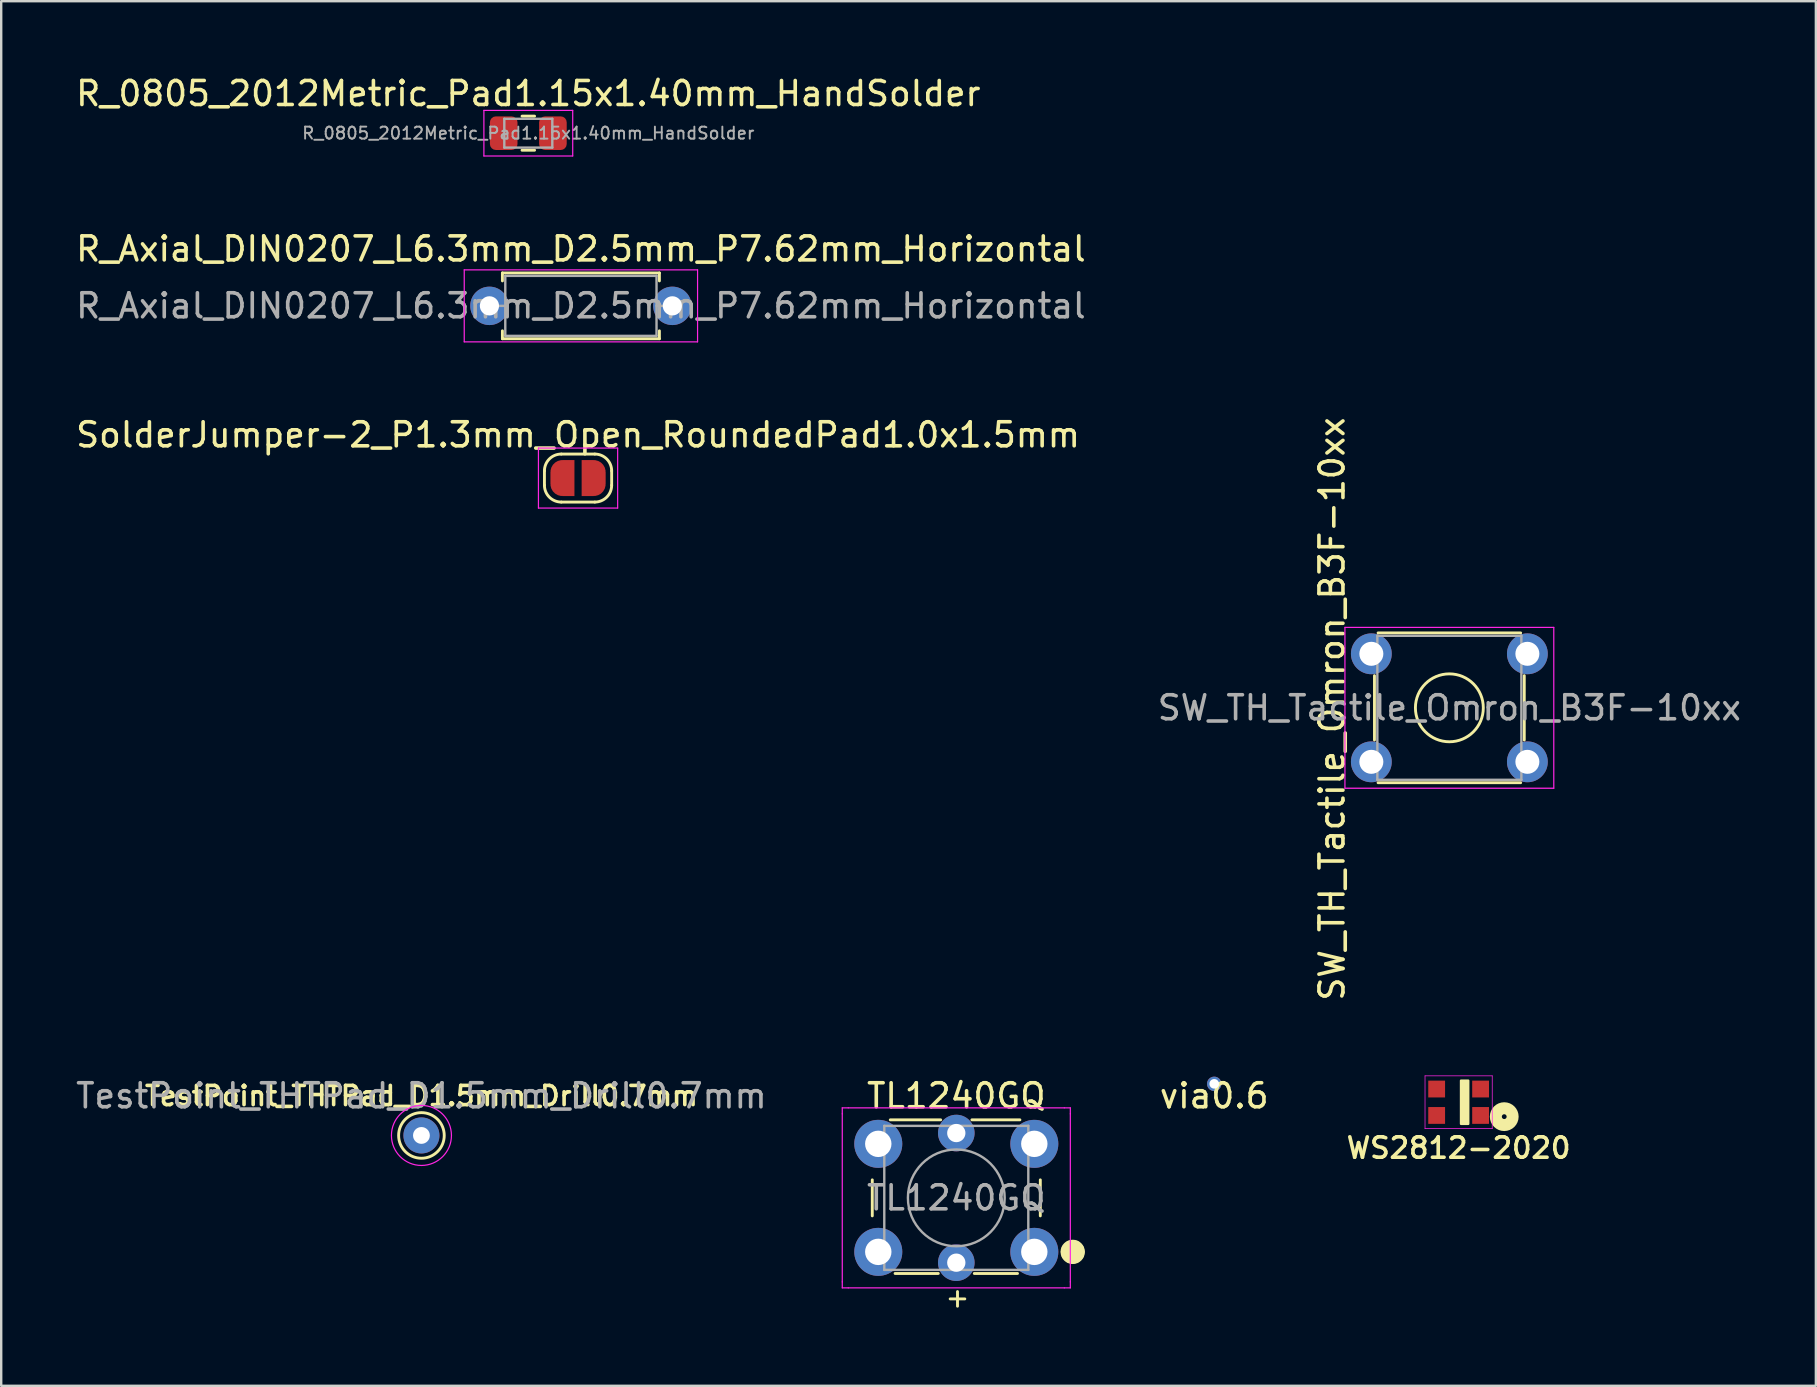
<source format=kicad_pcb>
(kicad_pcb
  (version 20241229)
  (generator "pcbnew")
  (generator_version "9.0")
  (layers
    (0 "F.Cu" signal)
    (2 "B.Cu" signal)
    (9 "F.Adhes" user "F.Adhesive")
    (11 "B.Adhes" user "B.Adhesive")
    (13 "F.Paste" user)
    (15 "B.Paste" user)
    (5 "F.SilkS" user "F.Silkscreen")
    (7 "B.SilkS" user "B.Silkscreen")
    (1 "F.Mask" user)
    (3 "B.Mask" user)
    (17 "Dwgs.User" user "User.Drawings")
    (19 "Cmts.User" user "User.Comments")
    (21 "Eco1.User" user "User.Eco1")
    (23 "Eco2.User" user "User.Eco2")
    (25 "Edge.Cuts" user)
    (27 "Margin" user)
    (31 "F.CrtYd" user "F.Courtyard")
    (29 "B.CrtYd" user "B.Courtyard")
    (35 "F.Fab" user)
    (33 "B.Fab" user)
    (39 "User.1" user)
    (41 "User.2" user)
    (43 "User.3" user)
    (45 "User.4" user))
  (footprint "via0.6"
    (layer "F.Cu")
    (at 47.531 42.1)
    (property "Reference" "via0.6" (at 0 0.5 0) (layer "F.SilkS") (effects (font (size 1 1) (thickness 0.15))))
    (attr through_hole)
    (pad "1" thru_hole circle (at 0 0) (size 0.6 0.6) (drill 0.4) (layers "*.Cu")))
  (footprint "TestPoint_THTPad_D1.5mm_Drill0.7mm"
    (layer "F.Cu")
    (at 14.506 44.25)
    (property "Reference" "TestPoint_THTPad_D1.5mm_Drill0.7mm" (at 0 -1.648 0) (layer "F.SilkS") (effects (font (size 0.8 0.8) (thickness 0.15))))
    (attr exclude_from_pos_files exclude_from_bom)
    (fp_circle (center 0 0) (end 0 0.95) (stroke (width 0.12) (type solid)) (fill no) (layer "F.SilkS"))
    (fp_circle (center 0 0) (end 1.25 0) (stroke (width 0.05) (type solid)) (fill no) (layer "F.CrtYd"))
    (fp_text user "${REFERENCE}" (at 0 -1.65 0) (layer "F.Fab") (effects (font (size 1 1) (thickness 0.15))))
    (pad "1" thru_hole circle (at 0 0) (size 1.5 1.5) (drill 0.7) (layers "*.Cu" "*.Mask")))
  (footprint "TL1240GQ"
    (layer "F.Cu")
    (at 33.537 44.6)
    (property "Reference" "TL1240GQ" (at 3.25 -2 0) (layer "F.SilkS") (effects (font (size 1 1) (thickness 0.15))))
    (attr through_hole)
    (fp_line (start -0.25 1.5) (end -0.25 3) (stroke (width 0.12) (type solid)) (layer "F.SilkS"))
    (fp_line (start 0.7 5.4) (end 2.5 5.4) (stroke (width 0.12) (type solid)) (layer "F.SilkS"))
    (fp_line (start 2.6 -1) (end 0.5 -1) (stroke (width 0.12) (type solid)) (layer "F.SilkS"))
    (fp_line (start 4 5.4) (end 5.8 5.4) (stroke (width 0.12) (type solid)) (layer "F.SilkS"))
    (fp_line (start 5.9 -1) (end 3.9 -1) (stroke (width 0.12) (type solid)) (layer "F.SilkS"))
    (fp_line (start 6.75 3) (end 6.75 1.5) (stroke (width 0.12) (type solid)) (layer "F.SilkS"))
    (fp_circle (center 8.1 4.5) (end 8.547 4.5) (stroke (width 0.12) (type solid)) (fill no) (layer "F.SilkS"))
    (fp_poly (pts (xy 8.1 4.053) (xy 8.3 4.1) (xy 8.4 4.2) (xy 8.5 4.3) (xy 8.547 4.5) (xy 8.5 4.7) (xy 8.3 4.9) (xy 8.1 4.947) (xy 7.9 4.9) (xy 7.7 4.7) (xy 7.653 4.5) (xy 7.7 4.3) (xy 7.9 4.1)) (stroke (width 0.1) (type solid)) (fill yes) (layer "F.SilkS"))
    (fp_line (start -1.5 -1.5) (end -1.25 -1.5) (stroke (width 0.05) (type solid)) (layer "F.CrtYd"))
    (fp_line (start -1.5 -1.25) (end -1.5 -1.5) (stroke (width 0.05) (type solid)) (layer "F.CrtYd"))
    (fp_line (start -1.5 5.75) (end -1.5 -1.25) (stroke (width 0.05) (type solid)) (layer "F.CrtYd"))
    (fp_line (start -1.5 5.75) (end -1.5 6) (stroke (width 0.05) (type solid)) (layer "F.CrtYd"))
    (fp_line (start -1.5 6) (end -1.25 6) (stroke (width 0.05) (type solid)) (layer "F.CrtYd"))
    (fp_line (start -1.25 -1.5) (end 7.75 -1.5) (stroke (width 0.05) (type solid)) (layer "F.CrtYd"))
    (fp_line (start 7.75 -1.5) (end 8 -1.5) (stroke (width 0.05) (type solid)) (layer "F.CrtYd"))
    (fp_line (start 7.75 6) (end -1.25 6) (stroke (width 0.05) (type solid)) (layer "F.CrtYd"))
    (fp_line (start 7.75 6) (end 8 6) (stroke (width 0.05) (type solid)) (layer "F.CrtYd"))
    (fp_line (start 8 -1.5) (end 8 -1.25) (stroke (width 0.05) (type solid)) (layer "F.CrtYd"))
    (fp_line (start 8 -1.25) (end 8 5.75) (stroke (width 0.05) (type solid)) (layer "F.CrtYd"))
    (fp_line (start 8 6) (end 8 5.75) (stroke (width 0.05) (type solid)) (layer "F.CrtYd"))
    (fp_line (start 0.25 -0.75) (end 3.25 -0.75) (stroke (width 0.1) (type solid)) (layer "F.Fab"))
    (fp_line (start 0.25 5.25) (end 0.25 -0.75) (stroke (width 0.1) (type solid)) (layer "F.Fab"))
    (fp_line (start 3.25 -0.75) (end 6.25 -0.75) (stroke (width 0.1) (type solid)) (layer "F.Fab"))
    (fp_line (start 6.25 -0.75) (end 6.25 5.25) (stroke (width 0.1) (type solid)) (layer "F.Fab"))
    (fp_line (start 6.25 5.25) (end 0.25 5.25) (stroke (width 0.1) (type solid)) (layer "F.Fab"))
    (fp_circle (center 3.25 2.25) (end 1.25 2.5) (stroke (width 0.1) (type solid)) (fill no) (layer "F.Fab"))
    (fp_text user "+" (at 3.3 6.4 0) (layer "F.SilkS") (effects (font (size 0.8 0.8) (thickness 0.12))))
    (fp_text user "${REFERENCE}" (at 3.25 2.25 0) (layer "F.Fab") (effects (font (size 1 1) (thickness 0.15))))
    (pad "1" thru_hole circle (at 0 4.5 90) (size 2 2) (drill 1.1) (layers "*.Cu" "*.Mask"))
    (pad "1" thru_hole circle (at 6.5 4.5 90) (size 2 2) (drill 1.1) (layers "*.Cu" "*.Mask"))
    (pad "2" thru_hole circle (at 0 0 90) (size 2 2) (drill 1.1) (layers "*.Cu" "*.Mask"))
    (pad "2" thru_hole circle (at 6.5 0 90) (size 2 2) (drill 1.1) (layers "*.Cu" "*.Mask"))
    (pad "5" thru_hole circle (at 3.25 4.95) (size 1.524 1.524) (drill 0.762) (layers "*.Cu" "*.Mask"))
    (pad "6" thru_hole circle (at 3.25 -0.45) (size 1.524 1.524) (drill 0.762) (layers "*.Cu" "*.Mask")))
  (footprint "SolderJumper-2_P1.3mm_Open_RoundedPad1.0x1.5mm"
    (layer "F.Cu")
    (at 21.03 16.865)
    (property "Reference" "SolderJumper-2_P1.3mm_Open_RoundedPad1.0x1.5mm" (at 0 -1.8 0) (layer "F.SilkS") (effects (font (size 1 1) (thickness 0.15))))
    (attr exclude_from_pos_files exclude_from_bom)
    (fp_line (start -1.4 0.3) (end -1.4 -0.3) (stroke (width 0.12) (type solid)) (layer "F.SilkS"))
    (fp_line (start -0.7 -1) (end 0.7 -1) (stroke (width 0.12) (type solid)) (layer "F.SilkS"))
    (fp_line (start 0.7 1) (end -0.7 1) (stroke (width 0.12) (type solid)) (layer "F.SilkS"))
    (fp_line (start 1.4 -0.3) (end 1.4 0.3) (stroke (width 0.12) (type solid)) (layer "F.SilkS"))
    (fp_arc (start -1.4 -0.3) (mid -1.194975 -0.794975) (end -0.7 -1) (stroke (width 0.12) (type solid)) (layer "F.SilkS"))
    (fp_arc (start -0.7 1) (mid -1.194975 0.794975) (end -1.4 0.3) (stroke (width 0.12) (type solid)) (layer "F.SilkS"))
    (fp_arc (start 0.7 -1) (mid 1.194975 -0.794975) (end 1.4 -0.3) (stroke (width 0.12) (type solid)) (layer "F.SilkS"))
    (fp_arc (start 1.4 0.3) (mid 1.194975 0.794975) (end 0.7 1) (stroke (width 0.12) (type solid)) (layer "F.SilkS"))
    (fp_line (start -1.65 -1.25) (end -1.65 1.25) (stroke (width 0.05) (type solid)) (layer "F.CrtYd"))
    (fp_line (start -1.65 -1.25) (end 1.65 -1.25) (stroke (width 0.05) (type solid)) (layer "F.CrtYd"))
    (fp_line (start 1.65 1.25) (end -1.65 1.25) (stroke (width 0.05) (type solid)) (layer "F.CrtYd"))
    (fp_line (start 1.65 1.25) (end 1.65 -1.25) (stroke (width 0.05) (type solid)) (layer "F.CrtYd"))
    (pad "1" smd custom (at -0.65 0) (size 1 0.5) (layers "F.Cu" "F.Mask") (options (anchor rect)) (primitives (gr_circle (center 0 0.25) (end 0.5 0.25) (width 0) (fill yes)) (gr_circle (center 0 -0.25) (end 0.5 -0.25) (width 0) (fill yes)) (gr_poly (pts (xy 0.5 0.75) (xy 0 0.75) (xy 0 -0.75) (xy 0.5 -0.75)) (width 0) (fill yes))))
    (pad "2" smd custom (at 0.65 0) (size 1 0.5) (layers "F.Cu" "F.Mask") (options (anchor rect)) (primitives (gr_circle (center 0 0.25) (end 0.5 0.25) (width 0) (fill yes)) (gr_circle (center 0 -0.25) (end 0.5 -0.25) (width 0) (fill yes)) (gr_poly (pts (xy 0 0.75) (xy -0.5 0.75) (xy -0.5 -0.75) (xy 0 -0.75)) (width 0) (fill yes)))))
  (footprint "WS2812-2020"
    (layer "F.Cu")
    (at 57.713 42.867)
    (property "Reference" "WS2812-2020" (at 0 1.905 0) (layer "F.SilkS") (effects (font (size 0.85 0.85) (thickness 0.15))))
    (attr smd)
    (fp_circle (center 1.9 0.6) (end 2 0.6) (stroke (width 0.5) (type solid)) (fill no) (layer "F.SilkS"))
    (fp_poly (pts (xy 0.4 0.9) (xy 0.1 0.9) (xy 0.1 -0.9) (xy 0.4 -0.9)) (stroke (width 0.1) (type solid)) (fill yes) (layer "F.SilkS"))
    (fp_line (start -1.4 -1.1) (end 1.4 -1.1) (stroke (width 0.03) (type solid)) (layer "F.CrtYd"))
    (fp_line (start -1.4 1.1) (end -1.4 -1.1) (stroke (width 0.03) (type solid)) (layer "F.CrtYd"))
    (fp_line (start 1.4 -1.1) (end 1.4 1.1) (stroke (width 0.03) (type solid)) (layer "F.CrtYd"))
    (fp_line (start 1.4 1.1) (end -1.4 1.1) (stroke (width 0.03) (type solid)) (layer "F.CrtYd"))
    (pad "1" smd rect (at 0.915 0.55) (size 0.7 0.7) (layers "F.Cu" "F.Mask" "F.Paste"))
    (pad "2" smd rect (at 0.915 -0.55) (size 0.7 0.7) (layers "F.Cu" "F.Mask" "F.Paste"))
    (pad "3" smd rect (at -0.915 -0.55) (size 0.7 0.7) (layers "F.Cu" "F.Mask" "F.Paste"))
    (pad "4" smd rect (at -0.915 0.55) (size 0.7 0.7) (layers "F.Cu" "F.Mask" "F.Paste")))
  (footprint "R_0805_2012Metric_Pad1.15x1.40mm_HandSolder"
    (layer "F.Cu")
    (at 18.958 2.498)
    (property "Reference" "R_0805_2012Metric_Pad1.15x1.40mm_HandSolder" (at 0 -1.65 180) (layer "F.SilkS") (effects (font (size 1 1) (thickness 0.15))))
    (attr smd)
    (fp_line (start -0.261 -0.71) (end 0.261 -0.71) (stroke (width 0.12) (type solid)) (layer "F.SilkS"))
    (fp_line (start -0.261 0.71) (end 0.261 0.71) (stroke (width 0.12) (type solid)) (layer "F.SilkS"))
    (fp_line (start -1.85 -0.95) (end 1.85 -0.95) (stroke (width 0.05) (type solid)) (layer "F.CrtYd"))
    (fp_line (start -1.85 0.95) (end -1.85 -0.95) (stroke (width 0.05) (type solid)) (layer "F.CrtYd"))
    (fp_line (start 1.85 -0.95) (end 1.85 0.95) (stroke (width 0.05) (type solid)) (layer "F.CrtYd"))
    (fp_line (start 1.85 0.95) (end -1.85 0.95) (stroke (width 0.05) (type solid)) (layer "F.CrtYd"))
    (fp_line (start -1 -0.6) (end 1 -0.6) (stroke (width 0.1) (type solid)) (layer "F.Fab"))
    (fp_line (start -1 0.6) (end -1 -0.6) (stroke (width 0.1) (type solid)) (layer "F.Fab"))
    (fp_line (start 1 -0.6) (end 1 0.6) (stroke (width 0.1) (type solid)) (layer "F.Fab"))
    (fp_line (start 1 0.6) (end -1 0.6) (stroke (width 0.1) (type solid)) (layer "F.Fab"))
    (fp_text user "${REFERENCE}" (at 0 0 180) (layer "F.Fab") (effects (font (size 0.5 0.5) (thickness 0.08))))
    (pad "1" smd roundrect (at -1.025 0) (size 1.15 1.4) (layers "F.Cu" "F.Mask" "F.Paste") (roundrect_rratio 0.217))
    (pad "2" smd roundrect (at 1.025 0) (size 1.15 1.4) (layers "F.Cu" "F.Mask" "F.Paste") (roundrect_rratio 0.217)))
  (footprint "SW_TH_Tactile_Omron_B3F-10xx"
    (layer "F.Cu")
    (at 54.077 24.186)
    (property "Reference" "SW_TH_Tactile_Omron_B3F-10xx" (at -1.638 2.299 270) (layer "F.SilkS") (effects (font (size 1 1) (thickness 0.15))))
    (attr through_hole)
    (fp_line (start 0.13 3.59) (end 0.13 0.91) (stroke (width 0.12) (type solid)) (layer "F.SilkS"))
    (fp_line (start 0.28 -0.87) (end 6.22 -0.87) (stroke (width 0.12) (type solid)) (layer "F.SilkS"))
    (fp_line (start 0.28 5.37) (end 6.22 5.37) (stroke (width 0.12) (type solid)) (layer "F.SilkS"))
    (fp_line (start 6.37 0.91) (end 6.37 3.59) (stroke (width 0.12) (type solid)) (layer "F.SilkS"))
    (fp_circle (center 3.25 2.25) (end 4.25 3.25) (stroke (width 0.12) (type solid)) (fill no) (layer "F.SilkS"))
    (fp_line (start -1.1 -1.1) (end -1.1 5.6) (stroke (width 0.05) (type solid)) (layer "F.CrtYd"))
    (fp_line (start -1.1 -1.1) (end 7.6 -1.1) (stroke (width 0.05) (type solid)) (layer "F.CrtYd"))
    (fp_line (start -1.1 5.6) (end 7.6 5.6) (stroke (width 0.05) (type solid)) (layer "F.CrtYd"))
    (fp_line (start 7.6 5.6) (end 7.6 -1.1) (stroke (width 0.05) (type solid)) (layer "F.CrtYd"))
    (fp_line (start 0.25 -0.75) (end 0.25 5.25) (stroke (width 0.1) (type solid)) (layer "F.Fab"))
    (fp_line (start 0.25 -0.75) (end 6.25 -0.75) (stroke (width 0.1) (type solid)) (layer "F.Fab"))
    (fp_line (start 0.25 5.25) (end 6.25 5.25) (stroke (width 0.1) (type solid)) (layer "F.Fab"))
    (fp_line (start 6.25 -0.75) (end 6.25 5.25) (stroke (width 0.1) (type solid)) (layer "F.Fab"))
    (fp_text user "${REFERENCE}" (at 3.25 2.25 180) (layer "F.Fab") (effects (font (size 1 1) (thickness 0.15))))
    (pad "1" thru_hole circle (at 0 0) (size 1.7 1.7) (drill 1) (layers "*.Cu" "*.Mask"))
    (pad "2" thru_hole circle (at 6.5 0) (size 1.7 1.7) (drill 1) (layers "*.Cu" "*.Mask"))
    (pad "3" thru_hole circle (at 0 4.5) (size 1.7 1.7) (drill 1) (layers "*.Cu" "*.Mask"))
    (pad "4" thru_hole circle (at 6.5 4.5) (size 1.7 1.7) (drill 1) (layers "*.Cu" "*.Mask")))
  (footprint "R_Axial_DIN0207_L6.3mm_D2.5mm_P7.62mm_Horizontal"
    (layer "F.Cu")
    (at 17.339 9.691)
    (property "Reference" "R_Axial_DIN0207_L6.3mm_D2.5mm_P7.62mm_Horizontal" (at 3.81 -2.37 0) (layer "F.SilkS") (effects (font (size 1 1) (thickness 0.15))))
    (attr through_hole)
    (fp_line (start 0.54 -1.37) (end 7.08 -1.37) (stroke (width 0.12) (type solid)) (layer "F.SilkS"))
    (fp_line (start 0.54 -1.04) (end 0.54 -1.37) (stroke (width 0.12) (type solid)) (layer "F.SilkS"))
    (fp_line (start 0.54 1.04) (end 0.54 1.37) (stroke (width 0.12) (type solid)) (layer "F.SilkS"))
    (fp_line (start 0.54 1.37) (end 7.08 1.37) (stroke (width 0.12) (type solid)) (layer "F.SilkS"))
    (fp_line (start 7.08 -1.37) (end 7.08 -1.04) (stroke (width 0.12) (type solid)) (layer "F.SilkS"))
    (fp_line (start 7.08 1.37) (end 7.08 1.04) (stroke (width 0.12) (type solid)) (layer "F.SilkS"))
    (fp_line (start -1.05 -1.5) (end -1.05 1.5) (stroke (width 0.05) (type solid)) (layer "F.CrtYd"))
    (fp_line (start -1.05 1.5) (end 8.67 1.5) (stroke (width 0.05) (type solid)) (layer "F.CrtYd"))
    (fp_line (start 8.67 -1.5) (end -1.05 -1.5) (stroke (width 0.05) (type solid)) (layer "F.CrtYd"))
    (fp_line (start 8.67 1.5) (end 8.67 -1.5) (stroke (width 0.05) (type solid)) (layer "F.CrtYd"))
    (fp_line (start 0 0) (end 0.66 0) (stroke (width 0.1) (type solid)) (layer "F.Fab"))
    (fp_line (start 0.66 -1.25) (end 0.66 1.25) (stroke (width 0.1) (type solid)) (layer "F.Fab"))
    (fp_line (start 0.66 1.25) (end 6.96 1.25) (stroke (width 0.1) (type solid)) (layer "F.Fab"))
    (fp_line (start 6.96 -1.25) (end 0.66 -1.25) (stroke (width 0.1) (type solid)) (layer "F.Fab"))
    (fp_line (start 6.96 1.25) (end 6.96 -1.25) (stroke (width 0.1) (type solid)) (layer "F.Fab"))
    (fp_line (start 7.62 0) (end 6.96 0) (stroke (width 0.1) (type solid)) (layer "F.Fab"))
    (fp_text user "${REFERENCE}" (at 3.81 0 0) (layer "F.Fab") (effects (font (size 1 1) (thickness 0.15))))
    (pad "1" thru_hole circle (at 0 0) (size 1.6 1.6) (drill 0.8) (layers "*.Cu" "*.Mask"))
    (pad "2" thru_hole oval (at 7.62 0) (size 1.6 1.6) (drill 0.8) (layers "*.Cu" "*.Mask")))
  (gr_rect
    (start -3 -3)
    (end 72.595 54.679)
    (stroke (width 0.1) (type default))
    (fill no)
    (layer "Edge.Cuts")))
</source>
